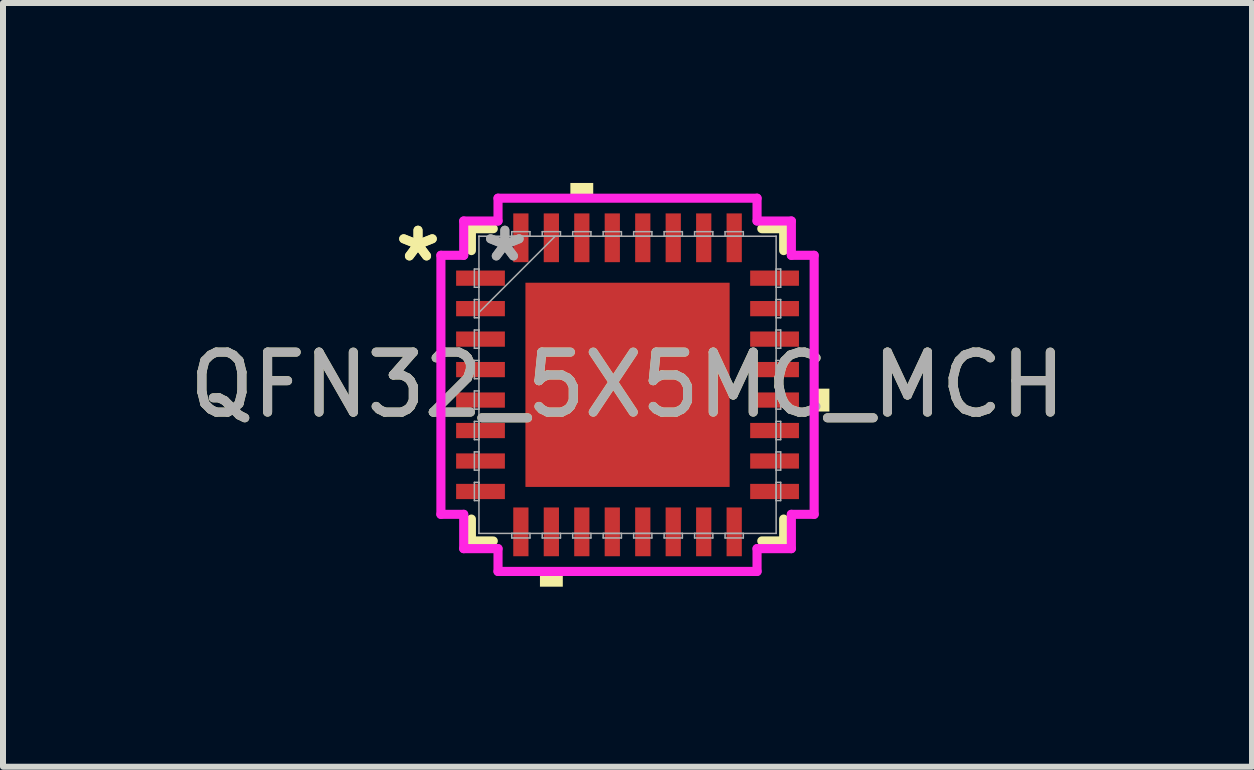
<source format=kicad_pcb>
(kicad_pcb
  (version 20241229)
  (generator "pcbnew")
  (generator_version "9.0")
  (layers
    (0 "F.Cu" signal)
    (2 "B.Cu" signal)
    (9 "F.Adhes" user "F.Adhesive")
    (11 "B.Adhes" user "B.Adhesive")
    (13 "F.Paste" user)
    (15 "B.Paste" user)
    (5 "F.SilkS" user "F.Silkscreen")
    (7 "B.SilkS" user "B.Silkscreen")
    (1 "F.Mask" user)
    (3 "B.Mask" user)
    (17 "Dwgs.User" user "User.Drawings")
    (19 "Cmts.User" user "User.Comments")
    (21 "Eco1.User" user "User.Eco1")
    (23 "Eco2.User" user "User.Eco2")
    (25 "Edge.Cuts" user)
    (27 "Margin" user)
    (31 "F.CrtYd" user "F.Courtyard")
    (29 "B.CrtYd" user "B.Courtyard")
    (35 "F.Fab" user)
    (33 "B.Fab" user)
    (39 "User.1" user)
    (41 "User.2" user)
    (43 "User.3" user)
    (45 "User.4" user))
  (footprint "QFN32_5X5MC_MCH"
    (layer "F.Cu")
    (at 7.411 3.365)
    (property "Reference" "QFN32_5X5MC_MCH" (at 0 0 0) (unlocked yes) (layer "F.SilkS") (effects (font (size 1 1) (thickness 0.15))))
    (attr smd)
    (fp_poly (pts (xy -1.765 -1.765) (xy -1.381 -1.765) (xy -1.381 1.765) (xy -1.765 1.765)) (stroke (width 0) (type solid)) (fill yes) (layer "F.Mask"))
    (fp_poly (pts (xy -1.765 -1.765) (xy 1.765 -1.765) (xy 1.765 -1.381) (xy -1.765 -1.381)) (stroke (width 0) (type solid)) (fill yes) (layer "F.Mask"))
    (fp_poly (pts (xy -1.765 -0.981) (xy 1.765 -0.981) (xy 1.765 -0.594) (xy -1.765 -0.594)) (stroke (width 0) (type solid)) (fill yes) (layer "F.Mask"))
    (fp_poly (pts (xy -1.765 -0.194) (xy 1.765 -0.194) (xy 1.765 0.194) (xy -1.765 0.194)) (stroke (width 0) (type solid)) (fill yes) (layer "F.Mask"))
    (fp_poly (pts (xy -1.765 0.594) (xy 1.765 0.594) (xy 1.765 0.981) (xy -1.765 0.981)) (stroke (width 0) (type solid)) (fill yes) (layer "F.Mask"))
    (fp_poly (pts (xy -1.765 1.381) (xy 1.765 1.381) (xy 1.765 1.765) (xy -1.765 1.765)) (stroke (width 0) (type solid)) (fill yes) (layer "F.Mask"))
    (fp_poly (pts (xy -0.594 -1.765) (xy -0.981 -1.765) (xy -0.981 1.765) (xy -0.594 1.765)) (stroke (width 0) (type solid)) (fill yes) (layer "F.Mask"))
    (fp_poly (pts (xy 0.194 -1.765) (xy -0.194 -1.765) (xy -0.194 1.765) (xy 0.194 1.765)) (stroke (width 0) (type solid)) (fill yes) (layer "F.Mask"))
    (fp_poly (pts (xy 0.981 -1.765) (xy 0.594 -1.765) (xy 0.594 1.765) (xy 0.981 1.765)) (stroke (width 0) (type solid)) (fill yes) (layer "F.Mask"))
    (fp_poly (pts (xy 1.381 -1.765) (xy 1.765 -1.765) (xy 1.765 1.765) (xy 1.381 1.765)) (stroke (width 0) (type solid)) (fill yes) (layer "F.Mask"))
    (fp_line (start -2.603 -2.603) (end -2.603 -2.238) (stroke (width 0.152) (type solid)) (layer "F.SilkS"))
    (fp_line (start -2.603 2.238) (end -2.603 2.603) (stroke (width 0.152) (type solid)) (layer "F.SilkS"))
    (fp_line (start -2.603 2.603) (end -2.238 2.603) (stroke (width 0.152) (type solid)) (layer "F.SilkS"))
    (fp_line (start -2.238 -2.603) (end -2.603 -2.603) (stroke (width 0.152) (type solid)) (layer "F.SilkS"))
    (fp_line (start 2.238 2.603) (end 2.603 2.603) (stroke (width 0.152) (type solid)) (layer "F.SilkS"))
    (fp_line (start 2.603 -2.603) (end 2.238 -2.603) (stroke (width 0.152) (type solid)) (layer "F.SilkS"))
    (fp_line (start 2.603 -2.238) (end 2.603 -2.603) (stroke (width 0.152) (type solid)) (layer "F.SilkS"))
    (fp_line (start 2.603 2.603) (end 2.603 2.238) (stroke (width 0.152) (type solid)) (layer "F.SilkS"))
    (fp_poly (pts (xy -1.46 3.111) (xy -1.46 3.365) (xy -1.079 3.365) (xy -1.079 3.111)) (stroke (width 0) (type solid)) (fill yes) (layer "F.SilkS"))
    (fp_poly (pts (xy -0.953 -3.111) (xy -0.953 -3.365) (xy -0.572 -3.365) (xy -0.572 -3.111)) (stroke (width 0) (type solid)) (fill yes) (layer "F.SilkS"))
    (fp_poly (pts (xy 3.365 0.064) (xy 3.365 0.445) (xy 3.111 0.445) (xy 3.111 0.064)) (stroke (width 0) (type solid)) (fill yes) (layer "F.SilkS"))
    (fp_poly (pts (xy -1.627 -1.627) (xy -1.627 -1.281) (xy -1.423 -1.281) (xy -1.281 -1.423) (xy -1.281 -1.627)) (stroke (width 0) (type solid)) (fill yes) (layer "F.Paste"))
    (fp_poly (pts (xy -1.627 1.281) (xy -1.627 1.627) (xy -1.281 1.627) (xy -1.281 1.423) (xy -1.423 1.281)) (stroke (width 0) (type solid)) (fill yes) (layer "F.Paste"))
    (fp_poly (pts (xy 1.281 -1.627) (xy 1.281 -1.423) (xy 1.423 -1.281) (xy 1.627 -1.281) (xy 1.627 -1.627)) (stroke (width 0) (type solid)) (fill yes) (layer "F.Paste"))
    (fp_poly (pts (xy 1.423 1.281) (xy 1.281 1.423) (xy 1.281 1.627) (xy 1.627 1.627) (xy 1.627 1.281)) (stroke (width 0) (type solid)) (fill yes) (layer "F.Paste"))
    (fp_poly (pts (xy -1.627 -1.081) (xy -1.627 -0.494) (xy -1.423 -0.494) (xy -1.281 -0.635) (xy -1.281 -0.94) (xy -1.423 -1.081)) (stroke (width 0) (type solid)) (fill yes) (layer "F.Paste"))
    (fp_poly (pts (xy -1.627 -0.294) (xy -1.627 0.294) (xy -1.423 0.294) (xy -1.281 0.152) (xy -1.281 -0.152) (xy -1.423 -0.294)) (stroke (width 0) (type solid)) (fill yes) (layer "F.Paste"))
    (fp_poly (pts (xy -1.627 0.494) (xy -1.627 1.081) (xy -1.423 1.081) (xy -1.281 0.94) (xy -1.281 0.635) (xy -1.423 0.494)) (stroke (width 0) (type solid)) (fill yes) (layer "F.Paste"))
    (fp_poly (pts (xy -1.081 -1.627) (xy -1.081 -1.423) (xy -0.94 -1.281) (xy -0.635 -1.281) (xy -0.494 -1.423) (xy -0.494 -1.627)) (stroke (width 0) (type solid)) (fill yes) (layer "F.Paste"))
    (fp_poly (pts (xy -0.94 1.281) (xy -1.081 1.423) (xy -1.081 1.627) (xy -0.494 1.627) (xy -0.494 1.423) (xy -0.635 1.281)) (stroke (width 0) (type solid)) (fill yes) (layer "F.Paste"))
    (fp_poly (pts (xy -0.294 -1.627) (xy -0.294 -1.423) (xy -0.152 -1.281) (xy 0.152 -1.281) (xy 0.294 -1.423) (xy 0.294 -1.627)) (stroke (width 0) (type solid)) (fill yes) (layer "F.Paste"))
    (fp_poly (pts (xy -0.152 1.281) (xy -0.294 1.423) (xy -0.294 1.627) (xy 0.294 1.627) (xy 0.294 1.423) (xy 0.152 1.281)) (stroke (width 0) (type solid)) (fill yes) (layer "F.Paste"))
    (fp_poly (pts (xy 0.494 -1.627) (xy 0.494 -1.423) (xy 0.635 -1.281) (xy 0.94 -1.281) (xy 1.081 -1.423) (xy 1.081 -1.627)) (stroke (width 0) (type solid)) (fill yes) (layer "F.Paste"))
    (fp_poly (pts (xy 0.635 1.281) (xy 0.494 1.423) (xy 0.494 1.627) (xy 1.081 1.627) (xy 1.081 1.423) (xy 0.94 1.281)) (stroke (width 0) (type solid)) (fill yes) (layer "F.Paste"))
    (fp_poly (pts (xy 1.423 -1.081) (xy 1.281 -0.94) (xy 1.281 -0.635) (xy 1.423 -0.494) (xy 1.627 -0.494) (xy 1.627 -1.081)) (stroke (width 0) (type solid)) (fill yes) (layer "F.Paste"))
    (fp_poly (pts (xy 1.423 -0.294) (xy 1.281 -0.152) (xy 1.281 0.152) (xy 1.423 0.294) (xy 1.627 0.294) (xy 1.627 -0.294)) (stroke (width 0) (type solid)) (fill yes) (layer "F.Paste"))
    (fp_poly (pts (xy 1.423 0.494) (xy 1.281 0.635) (xy 1.281 0.94) (xy 1.423 1.081) (xy 1.627 1.081) (xy 1.627 0.494)) (stroke (width 0) (type solid)) (fill yes) (layer "F.Paste"))
    (fp_poly (pts (xy -0.94 -1.081) (xy -1.081 -0.94) (xy -1.081 -0.635) (xy -0.94 -0.494) (xy -0.635 -0.494) (xy -0.494 -0.635) (xy -0.494 -0.94) (xy -0.635 -1.081)) (stroke (width 0) (type solid)) (fill yes) (layer "F.Paste"))
    (fp_poly (pts (xy -0.94 -0.294) (xy -1.081 -0.152) (xy -1.081 0.152) (xy -0.94 0.294) (xy -0.635 0.294) (xy -0.494 0.152) (xy -0.494 -0.152) (xy -0.635 -0.294)) (stroke (width 0) (type solid)) (fill yes) (layer "F.Paste"))
    (fp_poly (pts (xy -0.94 0.494) (xy -1.081 0.635) (xy -1.081 0.94) (xy -0.94 1.081) (xy -0.635 1.081) (xy -0.494 0.94) (xy -0.494 0.635) (xy -0.635 0.494)) (stroke (width 0) (type solid)) (fill yes) (layer "F.Paste"))
    (fp_poly (pts (xy -0.152 -1.081) (xy -0.294 -0.94) (xy -0.294 -0.635) (xy -0.152 -0.494) (xy 0.152 -0.494) (xy 0.294 -0.635) (xy 0.294 -0.94) (xy 0.152 -1.081)) (stroke (width 0) (type solid)) (fill yes) (layer "F.Paste"))
    (fp_poly (pts (xy -0.152 -0.294) (xy -0.294 -0.152) (xy -0.294 0.152) (xy -0.152 0.294) (xy 0.152 0.294) (xy 0.294 0.152) (xy 0.294 -0.152) (xy 0.152 -0.294)) (stroke (width 0) (type solid)) (fill yes) (layer "F.Paste"))
    (fp_poly (pts (xy -0.152 0.494) (xy -0.294 0.635) (xy -0.294 0.94) (xy -0.152 1.081) (xy 0.152 1.081) (xy 0.294 0.94) (xy 0.294 0.635) (xy 0.152 0.494)) (stroke (width 0) (type solid)) (fill yes) (layer "F.Paste"))
    (fp_poly (pts (xy 0.635 -1.081) (xy 0.494 -0.94) (xy 0.494 -0.635) (xy 0.635 -0.494) (xy 0.94 -0.494) (xy 1.081 -0.635) (xy 1.081 -0.94) (xy 0.94 -1.081)) (stroke (width 0) (type solid)) (fill yes) (layer "F.Paste"))
    (fp_poly (pts (xy 0.635 -0.294) (xy 0.494 -0.152) (xy 0.494 0.152) (xy 0.635 0.294) (xy 0.94 0.294) (xy 1.081 0.152) (xy 1.081 -0.152) (xy 0.94 -0.294)) (stroke (width 0) (type solid)) (fill yes) (layer "F.Paste"))
    (fp_poly (pts (xy 0.635 0.494) (xy 0.494 0.635) (xy 0.494 0.94) (xy 0.635 1.081) (xy 0.94 1.081) (xy 1.081 0.94) (xy 1.081 0.635) (xy 0.94 0.494)) (stroke (width 0) (type solid)) (fill yes) (layer "F.Paste"))
    (fp_circle (center -1.181 -1.181) (end -0.8 -1.181) (stroke (width 0.254) (type solid)) (fill no) (layer "Eco1.User"))
    (fp_circle (center -1.181 -0.394) (end -0.8 -0.394) (stroke (width 0.254) (type solid)) (fill no) (layer "Eco1.User"))
    (fp_circle (center -1.181 0.394) (end -0.8 0.394) (stroke (width 0.254) (type solid)) (fill no) (layer "Eco1.User"))
    (fp_circle (center -1.181 1.181) (end -0.8 1.181) (stroke (width 0.254) (type solid)) (fill no) (layer "Eco1.User"))
    (fp_circle (center -0.394 -1.181) (end -0.013 -1.181) (stroke (width 0.254) (type solid)) (fill no) (layer "Eco1.User"))
    (fp_circle (center -0.394 -0.394) (end -0.013 -0.394) (stroke (width 0.254) (type solid)) (fill no) (layer "Eco1.User"))
    (fp_circle (center -0.394 0.394) (end -0.013 0.394) (stroke (width 0.254) (type solid)) (fill no) (layer "Eco1.User"))
    (fp_circle (center -0.394 1.181) (end -0.013 1.181) (stroke (width 0.254) (type solid)) (fill no) (layer "Eco1.User"))
    (fp_circle (center 0.394 -1.181) (end 0.775 -1.181) (stroke (width 0.254) (type solid)) (fill no) (layer "Eco1.User"))
    (fp_circle (center 0.394 -0.394) (end 0.775 -0.394) (stroke (width 0.254) (type solid)) (fill no) (layer "Eco1.User"))
    (fp_circle (center 0.394 0.394) (end 0.775 0.394) (stroke (width 0.254) (type solid)) (fill no) (layer "Eco1.User"))
    (fp_circle (center 0.394 1.181) (end 0.775 1.181) (stroke (width 0.254) (type solid)) (fill no) (layer "Eco1.User"))
    (fp_circle (center 1.181 -1.181) (end 1.562 -1.181) (stroke (width 0.254) (type solid)) (fill no) (layer "Eco1.User"))
    (fp_circle (center 1.181 -0.394) (end 1.562 -0.394) (stroke (width 0.254) (type solid)) (fill no) (layer "Eco1.User"))
    (fp_circle (center 1.181 0.394) (end 1.562 0.394) (stroke (width 0.254) (type solid)) (fill no) (layer "Eco1.User"))
    (fp_circle (center 1.181 1.181) (end 1.562 1.181) (stroke (width 0.254) (type solid)) (fill no) (layer "Eco1.User"))
    (fp_line (start -3.111 -2.159) (end -2.731 -2.159) (stroke (width 0.152) (type solid)) (layer "F.CrtYd"))
    (fp_line (start -3.111 2.159) (end -3.111 -2.159) (stroke (width 0.152) (type solid)) (layer "F.CrtYd"))
    (fp_line (start -2.731 -2.731) (end -2.159 -2.731) (stroke (width 0.152) (type solid)) (layer "F.CrtYd"))
    (fp_line (start -2.731 -2.159) (end -2.731 -2.731) (stroke (width 0.152) (type solid)) (layer "F.CrtYd"))
    (fp_line (start -2.731 2.159) (end -3.111 2.159) (stroke (width 0.152) (type solid)) (layer "F.CrtYd"))
    (fp_line (start -2.731 2.731) (end -2.731 2.159) (stroke (width 0.152) (type solid)) (layer "F.CrtYd"))
    (fp_line (start -2.159 -3.111) (end 2.159 -3.111) (stroke (width 0.152) (type solid)) (layer "F.CrtYd"))
    (fp_line (start -2.159 -2.731) (end -2.159 -3.111) (stroke (width 0.152) (type solid)) (layer "F.CrtYd"))
    (fp_line (start -2.159 2.731) (end -2.731 2.731) (stroke (width 0.152) (type solid)) (layer "F.CrtYd"))
    (fp_line (start -2.159 3.111) (end -2.159 2.731) (stroke (width 0.152) (type solid)) (layer "F.CrtYd"))
    (fp_line (start 2.159 -3.111) (end 2.159 -2.731) (stroke (width 0.152) (type solid)) (layer "F.CrtYd"))
    (fp_line (start 2.159 -2.731) (end 2.731 -2.731) (stroke (width 0.152) (type solid)) (layer "F.CrtYd"))
    (fp_line (start 2.159 2.731) (end 2.159 3.111) (stroke (width 0.152) (type solid)) (layer "F.CrtYd"))
    (fp_line (start 2.159 3.111) (end -2.159 3.111) (stroke (width 0.152) (type solid)) (layer "F.CrtYd"))
    (fp_line (start 2.731 -2.731) (end 2.731 -2.159) (stroke (width 0.152) (type solid)) (layer "F.CrtYd"))
    (fp_line (start 2.731 -2.159) (end 3.111 -2.159) (stroke (width 0.152) (type solid)) (layer "F.CrtYd"))
    (fp_line (start 2.731 2.159) (end 2.731 2.731) (stroke (width 0.152) (type solid)) (layer "F.CrtYd"))
    (fp_line (start 2.731 2.731) (end 2.159 2.731) (stroke (width 0.152) (type solid)) (layer "F.CrtYd"))
    (fp_line (start 3.111 -2.159) (end 3.111 2.159) (stroke (width 0.152) (type solid)) (layer "F.CrtYd"))
    (fp_line (start 3.111 2.159) (end 2.731 2.159) (stroke (width 0.152) (type solid)) (layer "F.CrtYd"))
    (fp_line (start -2.553 -1.93) (end -2.553 -1.626) (stroke (width 0.025) (type solid)) (layer "F.Fab"))
    (fp_line (start -2.553 -1.626) (end -2.477 -1.626) (stroke (width 0.025) (type solid)) (layer "F.Fab"))
    (fp_line (start -2.553 -1.422) (end -2.553 -1.118) (stroke (width 0.025) (type solid)) (layer "F.Fab"))
    (fp_line (start -2.553 -1.118) (end -2.477 -1.118) (stroke (width 0.025) (type solid)) (layer "F.Fab"))
    (fp_line (start -2.553 -0.914) (end -2.553 -0.61) (stroke (width 0.025) (type solid)) (layer "F.Fab"))
    (fp_line (start -2.553 -0.61) (end -2.477 -0.61) (stroke (width 0.025) (type solid)) (layer "F.Fab"))
    (fp_line (start -2.553 -0.406) (end -2.553 -0.102) (stroke (width 0.025) (type solid)) (layer "F.Fab"))
    (fp_line (start -2.553 -0.102) (end -2.477 -0.102) (stroke (width 0.025) (type solid)) (layer "F.Fab"))
    (fp_line (start -2.553 0.102) (end -2.553 0.406) (stroke (width 0.025) (type solid)) (layer "F.Fab"))
    (fp_line (start -2.553 0.406) (end -2.477 0.406) (stroke (width 0.025) (type solid)) (layer "F.Fab"))
    (fp_line (start -2.553 0.61) (end -2.553 0.914) (stroke (width 0.025) (type solid)) (layer "F.Fab"))
    (fp_line (start -2.553 0.914) (end -2.477 0.914) (stroke (width 0.025) (type solid)) (layer "F.Fab"))
    (fp_line (start -2.553 1.118) (end -2.553 1.422) (stroke (width 0.025) (type solid)) (layer "F.Fab"))
    (fp_line (start -2.553 1.422) (end -2.477 1.422) (stroke (width 0.025) (type solid)) (layer "F.Fab"))
    (fp_line (start -2.553 1.626) (end -2.553 1.93) (stroke (width 0.025) (type solid)) (layer "F.Fab"))
    (fp_line (start -2.553 1.93) (end -2.477 1.93) (stroke (width 0.025) (type solid)) (layer "F.Fab"))
    (fp_line (start -2.477 -2.477) (end -2.477 -2.477) (stroke (width 0.025) (type solid)) (layer "F.Fab"))
    (fp_line (start -2.477 -2.477) (end -2.477 2.477) (stroke (width 0.025) (type solid)) (layer "F.Fab"))
    (fp_line (start -2.477 -1.93) (end -2.553 -1.93) (stroke (width 0.025) (type solid)) (layer "F.Fab"))
    (fp_line (start -2.477 -1.626) (end -2.477 -1.93) (stroke (width 0.025) (type solid)) (layer "F.Fab"))
    (fp_line (start -2.477 -1.422) (end -2.553 -1.422) (stroke (width 0.025) (type solid)) (layer "F.Fab"))
    (fp_line (start -2.477 -1.206) (end -1.206 -2.477) (stroke (width 0.025) (type solid)) (layer "F.Fab"))
    (fp_line (start -2.477 -1.118) (end -2.477 -1.422) (stroke (width 0.025) (type solid)) (layer "F.Fab"))
    (fp_line (start -2.477 -0.914) (end -2.553 -0.914) (stroke (width 0.025) (type solid)) (layer "F.Fab"))
    (fp_line (start -2.477 -0.61) (end -2.477 -0.914) (stroke (width 0.025) (type solid)) (layer "F.Fab"))
    (fp_line (start -2.477 -0.406) (end -2.553 -0.406) (stroke (width 0.025) (type solid)) (layer "F.Fab"))
    (fp_line (start -2.477 -0.102) (end -2.477 -0.406) (stroke (width 0.025) (type solid)) (layer "F.Fab"))
    (fp_line (start -2.477 0.102) (end -2.553 0.102) (stroke (width 0.025) (type solid)) (layer "F.Fab"))
    (fp_line (start -2.477 0.406) (end -2.477 0.102) (stroke (width 0.025) (type solid)) (layer "F.Fab"))
    (fp_line (start -2.477 0.61) (end -2.553 0.61) (stroke (width 0.025) (type solid)) (layer "F.Fab"))
    (fp_line (start -2.477 0.914) (end -2.477 0.61) (stroke (width 0.025) (type solid)) (layer "F.Fab"))
    (fp_line (start -2.477 1.118) (end -2.553 1.118) (stroke (width 0.025) (type solid)) (layer "F.Fab"))
    (fp_line (start -2.477 1.422) (end -2.477 1.118) (stroke (width 0.025) (type solid)) (layer "F.Fab"))
    (fp_line (start -2.477 1.626) (end -2.553 1.626) (stroke (width 0.025) (type solid)) (layer "F.Fab"))
    (fp_line (start -2.477 1.93) (end -2.477 1.626) (stroke (width 0.025) (type solid)) (layer "F.Fab"))
    (fp_line (start -2.477 2.477) (end -2.477 2.477) (stroke (width 0.025) (type solid)) (layer "F.Fab"))
    (fp_line (start -2.477 2.477) (end 2.477 2.477) (stroke (width 0.025) (type solid)) (layer "F.Fab"))
    (fp_line (start -1.93 -2.553) (end -1.93 -2.477) (stroke (width 0.025) (type solid)) (layer "F.Fab"))
    (fp_line (start -1.93 -2.477) (end -1.626 -2.477) (stroke (width 0.025) (type solid)) (layer "F.Fab"))
    (fp_line (start -1.93 2.477) (end -1.93 2.553) (stroke (width 0.025) (type solid)) (layer "F.Fab"))
    (fp_line (start -1.93 2.553) (end -1.626 2.553) (stroke (width 0.025) (type solid)) (layer "F.Fab"))
    (fp_line (start -1.626 -2.553) (end -1.93 -2.553) (stroke (width 0.025) (type solid)) (layer "F.Fab"))
    (fp_line (start -1.626 -2.477) (end -1.626 -2.553) (stroke (width 0.025) (type solid)) (layer "F.Fab"))
    (fp_line (start -1.626 2.477) (end -1.93 2.477) (stroke (width 0.025) (type solid)) (layer "F.Fab"))
    (fp_line (start -1.626 2.553) (end -1.626 2.477) (stroke (width 0.025) (type solid)) (layer "F.Fab"))
    (fp_line (start -1.422 -2.553) (end -1.422 -2.477) (stroke (width 0.025) (type solid)) (layer "F.Fab"))
    (fp_line (start -1.422 -2.477) (end -1.118 -2.477) (stroke (width 0.025) (type solid)) (layer "F.Fab"))
    (fp_line (start -1.422 2.477) (end -1.422 2.553) (stroke (width 0.025) (type solid)) (layer "F.Fab"))
    (fp_line (start -1.422 2.553) (end -1.118 2.553) (stroke (width 0.025) (type solid)) (layer "F.Fab"))
    (fp_line (start -1.118 -2.553) (end -1.422 -2.553) (stroke (width 0.025) (type solid)) (layer "F.Fab"))
    (fp_line (start -1.118 -2.477) (end -1.118 -2.553) (stroke (width 0.025) (type solid)) (layer "F.Fab"))
    (fp_line (start -1.118 2.477) (end -1.422 2.477) (stroke (width 0.025) (type solid)) (layer "F.Fab"))
    (fp_line (start -1.118 2.553) (end -1.118 2.477) (stroke (width 0.025) (type solid)) (layer "F.Fab"))
    (fp_line (start -0.914 -2.553) (end -0.914 -2.477) (stroke (width 0.025) (type solid)) (layer "F.Fab"))
    (fp_line (start -0.914 -2.477) (end -0.61 -2.477) (stroke (width 0.025) (type solid)) (layer "F.Fab"))
    (fp_line (start -0.914 2.477) (end -0.914 2.553) (stroke (width 0.025) (type solid)) (layer "F.Fab"))
    (fp_line (start -0.914 2.553) (end -0.61 2.553) (stroke (width 0.025) (type solid)) (layer "F.Fab"))
    (fp_line (start -0.61 -2.553) (end -0.914 -2.553) (stroke (width 0.025) (type solid)) (layer "F.Fab"))
    (fp_line (start -0.61 -2.477) (end -0.61 -2.553) (stroke (width 0.025) (type solid)) (layer "F.Fab"))
    (fp_line (start -0.61 2.477) (end -0.914 2.477) (stroke (width 0.025) (type solid)) (layer "F.Fab"))
    (fp_line (start -0.61 2.553) (end -0.61 2.477) (stroke (width 0.025) (type solid)) (layer "F.Fab"))
    (fp_line (start -0.406 -2.553) (end -0.406 -2.477) (stroke (width 0.025) (type solid)) (layer "F.Fab"))
    (fp_line (start -0.406 -2.477) (end -0.102 -2.477) (stroke (width 0.025) (type solid)) (layer "F.Fab"))
    (fp_line (start -0.406 2.477) (end -0.406 2.553) (stroke (width 0.025) (type solid)) (layer "F.Fab"))
    (fp_line (start -0.406 2.553) (end -0.102 2.553) (stroke (width 0.025) (type solid)) (layer "F.Fab"))
    (fp_line (start -0.102 -2.553) (end -0.406 -2.553) (stroke (width 0.025) (type solid)) (layer "F.Fab"))
    (fp_line (start -0.102 -2.477) (end -0.102 -2.553) (stroke (width 0.025) (type solid)) (layer "F.Fab"))
    (fp_line (start -0.102 2.477) (end -0.406 2.477) (stroke (width 0.025) (type solid)) (layer "F.Fab"))
    (fp_line (start -0.102 2.553) (end -0.102 2.477) (stroke (width 0.025) (type solid)) (layer "F.Fab"))
    (fp_line (start 0.102 -2.553) (end 0.102 -2.477) (stroke (width 0.025) (type solid)) (layer "F.Fab"))
    (fp_line (start 0.102 -2.477) (end 0.406 -2.477) (stroke (width 0.025) (type solid)) (layer "F.Fab"))
    (fp_line (start 0.102 2.477) (end 0.102 2.553) (stroke (width 0.025) (type solid)) (layer "F.Fab"))
    (fp_line (start 0.102 2.553) (end 0.406 2.553) (stroke (width 0.025) (type solid)) (layer "F.Fab"))
    (fp_line (start 0.406 -2.553) (end 0.102 -2.553) (stroke (width 0.025) (type solid)) (layer "F.Fab"))
    (fp_line (start 0.406 -2.477) (end 0.406 -2.553) (stroke (width 0.025) (type solid)) (layer "F.Fab"))
    (fp_line (start 0.406 2.477) (end 0.102 2.477) (stroke (width 0.025) (type solid)) (layer "F.Fab"))
    (fp_line (start 0.406 2.553) (end 0.406 2.477) (stroke (width 0.025) (type solid)) (layer "F.Fab"))
    (fp_line (start 0.61 -2.553) (end 0.61 -2.477) (stroke (width 0.025) (type solid)) (layer "F.Fab"))
    (fp_line (start 0.61 -2.477) (end 0.914 -2.477) (stroke (width 0.025) (type solid)) (layer "F.Fab"))
    (fp_line (start 0.61 2.477) (end 0.61 2.553) (stroke (width 0.025) (type solid)) (layer "F.Fab"))
    (fp_line (start 0.61 2.553) (end 0.914 2.553) (stroke (width 0.025) (type solid)) (layer "F.Fab"))
    (fp_line (start 0.914 -2.553) (end 0.61 -2.553) (stroke (width 0.025) (type solid)) (layer "F.Fab"))
    (fp_line (start 0.914 -2.477) (end 0.914 -2.553) (stroke (width 0.025) (type solid)) (layer "F.Fab"))
    (fp_line (start 0.914 2.477) (end 0.61 2.477) (stroke (width 0.025) (type solid)) (layer "F.Fab"))
    (fp_line (start 0.914 2.553) (end 0.914 2.477) (stroke (width 0.025) (type solid)) (layer "F.Fab"))
    (fp_line (start 1.118 -2.553) (end 1.118 -2.477) (stroke (width 0.025) (type solid)) (layer "F.Fab"))
    (fp_line (start 1.118 -2.477) (end 1.422 -2.477) (stroke (width 0.025) (type solid)) (layer "F.Fab"))
    (fp_line (start 1.118 2.477) (end 1.118 2.553) (stroke (width 0.025) (type solid)) (layer "F.Fab"))
    (fp_line (start 1.118 2.553) (end 1.422 2.553) (stroke (width 0.025) (type solid)) (layer "F.Fab"))
    (fp_line (start 1.422 -2.553) (end 1.118 -2.553) (stroke (width 0.025) (type solid)) (layer "F.Fab"))
    (fp_line (start 1.422 -2.477) (end 1.422 -2.553) (stroke (width 0.025) (type solid)) (layer "F.Fab"))
    (fp_line (start 1.422 2.477) (end 1.118 2.477) (stroke (width 0.025) (type solid)) (layer "F.Fab"))
    (fp_line (start 1.422 2.553) (end 1.422 2.477) (stroke (width 0.025) (type solid)) (layer "F.Fab"))
    (fp_line (start 1.626 -2.553) (end 1.626 -2.477) (stroke (width 0.025) (type solid)) (layer "F.Fab"))
    (fp_line (start 1.626 -2.477) (end 1.93 -2.477) (stroke (width 0.025) (type solid)) (layer "F.Fab"))
    (fp_line (start 1.626 2.477) (end 1.626 2.553) (stroke (width 0.025) (type solid)) (layer "F.Fab"))
    (fp_line (start 1.626 2.553) (end 1.93 2.553) (stroke (width 0.025) (type solid)) (layer "F.Fab"))
    (fp_line (start 1.93 -2.553) (end 1.626 -2.553) (stroke (width 0.025) (type solid)) (layer "F.Fab"))
    (fp_line (start 1.93 -2.477) (end 1.93 -2.553) (stroke (width 0.025) (type solid)) (layer "F.Fab"))
    (fp_line (start 1.93 2.477) (end 1.626 2.477) (stroke (width 0.025) (type solid)) (layer "F.Fab"))
    (fp_line (start 1.93 2.553) (end 1.93 2.477) (stroke (width 0.025) (type solid)) (layer "F.Fab"))
    (fp_line (start 2.477 -2.477) (end -2.477 -2.477) (stroke (width 0.025) (type solid)) (layer "F.Fab"))
    (fp_line (start 2.477 -2.477) (end 2.477 -2.477) (stroke (width 0.025) (type solid)) (layer "F.Fab"))
    (fp_line (start 2.477 -1.93) (end 2.477 -1.626) (stroke (width 0.025) (type solid)) (layer "F.Fab"))
    (fp_line (start 2.477 -1.626) (end 2.553 -1.626) (stroke (width 0.025) (type solid)) (layer "F.Fab"))
    (fp_line (start 2.477 -1.422) (end 2.477 -1.118) (stroke (width 0.025) (type solid)) (layer "F.Fab"))
    (fp_line (start 2.477 -1.118) (end 2.553 -1.118) (stroke (width 0.025) (type solid)) (layer "F.Fab"))
    (fp_line (start 2.477 -0.914) (end 2.477 -0.61) (stroke (width 0.025) (type solid)) (layer "F.Fab"))
    (fp_line (start 2.477 -0.61) (end 2.553 -0.61) (stroke (width 0.025) (type solid)) (layer "F.Fab"))
    (fp_line (start 2.477 -0.406) (end 2.477 -0.102) (stroke (width 0.025) (type solid)) (layer "F.Fab"))
    (fp_line (start 2.477 -0.102) (end 2.553 -0.102) (stroke (width 0.025) (type solid)) (layer "F.Fab"))
    (fp_line (start 2.477 0.102) (end 2.477 0.406) (stroke (width 0.025) (type solid)) (layer "F.Fab"))
    (fp_line (start 2.477 0.406) (end 2.553 0.406) (stroke (width 0.025) (type solid)) (layer "F.Fab"))
    (fp_line (start 2.477 0.61) (end 2.477 0.914) (stroke (width 0.025) (type solid)) (layer "F.Fab"))
    (fp_line (start 2.477 0.914) (end 2.553 0.914) (stroke (width 0.025) (type solid)) (layer "F.Fab"))
    (fp_line (start 2.477 1.118) (end 2.477 1.422) (stroke (width 0.025) (type solid)) (layer "F.Fab"))
    (fp_line (start 2.477 1.422) (end 2.553 1.422) (stroke (width 0.025) (type solid)) (layer "F.Fab"))
    (fp_line (start 2.477 1.626) (end 2.477 1.93) (stroke (width 0.025) (type solid)) (layer "F.Fab"))
    (fp_line (start 2.477 1.93) (end 2.553 1.93) (stroke (width 0.025) (type solid)) (layer "F.Fab"))
    (fp_line (start 2.477 2.477) (end 2.477 -2.477) (stroke (width 0.025) (type solid)) (layer "F.Fab"))
    (fp_line (start 2.477 2.477) (end 2.477 2.477) (stroke (width 0.025) (type solid)) (layer "F.Fab"))
    (fp_line (start 2.553 -1.93) (end 2.477 -1.93) (stroke (width 0.025) (type solid)) (layer "F.Fab"))
    (fp_line (start 2.553 -1.626) (end 2.553 -1.93) (stroke (width 0.025) (type solid)) (layer "F.Fab"))
    (fp_line (start 2.553 -1.422) (end 2.477 -1.422) (stroke (width 0.025) (type solid)) (layer "F.Fab"))
    (fp_line (start 2.553 -1.118) (end 2.553 -1.422) (stroke (width 0.025) (type solid)) (layer "F.Fab"))
    (fp_line (start 2.553 -0.914) (end 2.477 -0.914) (stroke (width 0.025) (type solid)) (layer "F.Fab"))
    (fp_line (start 2.553 -0.61) (end 2.553 -0.914) (stroke (width 0.025) (type solid)) (layer "F.Fab"))
    (fp_line (start 2.553 -0.406) (end 2.477 -0.406) (stroke (width 0.025) (type solid)) (layer "F.Fab"))
    (fp_line (start 2.553 -0.102) (end 2.553 -0.406) (stroke (width 0.025) (type solid)) (layer "F.Fab"))
    (fp_line (start 2.553 0.102) (end 2.477 0.102) (stroke (width 0.025) (type solid)) (layer "F.Fab"))
    (fp_line (start 2.553 0.406) (end 2.553 0.102) (stroke (width 0.025) (type solid)) (layer "F.Fab"))
    (fp_line (start 2.553 0.61) (end 2.477 0.61) (stroke (width 0.025) (type solid)) (layer "F.Fab"))
    (fp_line (start 2.553 0.914) (end 2.553 0.61) (stroke (width 0.025) (type solid)) (layer "F.Fab"))
    (fp_line (start 2.553 1.118) (end 2.477 1.118) (stroke (width 0.025) (type solid)) (layer "F.Fab"))
    (fp_line (start 2.553 1.422) (end 2.553 1.118) (stroke (width 0.025) (type solid)) (layer "F.Fab"))
    (fp_line (start 2.553 1.626) (end 2.477 1.626) (stroke (width 0.025) (type solid)) (layer "F.Fab"))
    (fp_line (start 2.553 1.93) (end 2.553 1.626) (stroke (width 0.025) (type solid)) (layer "F.Fab"))
    (fp_text user "*" (at -3.493 -2.032 0) (unlocked yes) (layer "F.SilkS") (effects (font (size 1 1) (thickness 0.15))))
    (fp_text user "*" (at -3.493 -2.032 0) (layer "F.SilkS") (effects (font (size 1 1) (thickness 0.15))))
    (fp_text user "*" (at -2.045 -2.032 0) (unlocked yes) (layer "F.Fab") (effects (font (size 1 1) (thickness 0.15))))
    (fp_text user "*" (at -2.045 -2.032 0) (layer "F.Fab") (effects (font (size 1 1) (thickness 0.15))))
    (fp_text user "${REFERENCE}" (at 0 0 0) (unlocked yes) (layer "F.Fab") (effects (font (size 1 1) (thickness 0.15))))
    (pad "1" smd rect (at -2.451 -1.778 90) (size 0.254 0.813) (layers "F.Cu" "F.Mask" "F.Paste"))
    (pad "2" smd rect (at -2.451 -1.27 90) (size 0.254 0.813) (layers "F.Cu" "F.Mask" "F.Paste"))
    (pad "3" smd rect (at -2.451 -0.762 90) (size 0.254 0.813) (layers "F.Cu" "F.Mask" "F.Paste"))
    (pad "4" smd rect (at -2.451 -0.254 90) (size 0.254 0.813) (layers "F.Cu" "F.Mask" "F.Paste"))
    (pad "5" smd rect (at -2.451 0.254 90) (size 0.254 0.813) (layers "F.Cu" "F.Mask" "F.Paste"))
    (pad "6" smd rect (at -2.451 0.762 90) (size 0.254 0.813) (layers "F.Cu" "F.Mask" "F.Paste"))
    (pad "7" smd rect (at -2.451 1.27 90) (size 0.254 0.813) (layers "F.Cu" "F.Mask" "F.Paste"))
    (pad "8" smd rect (at -2.451 1.778 90) (size 0.254 0.813) (layers "F.Cu" "F.Mask" "F.Paste"))
    (pad "9" smd rect (at -1.778 2.451) (size 0.254 0.813) (layers "F.Cu" "F.Mask" "F.Paste"))
    (pad "10" smd rect (at -1.27 2.451) (size 0.254 0.813) (layers "F.Cu" "F.Mask" "F.Paste"))
    (pad "11" smd rect (at -0.762 2.451) (size 0.254 0.813) (layers "F.Cu" "F.Mask" "F.Paste"))
    (pad "12" smd rect (at -0.254 2.451) (size 0.254 0.813) (layers "F.Cu" "F.Mask" "F.Paste"))
    (pad "13" smd rect (at 0.254 2.451) (size 0.254 0.813) (layers "F.Cu" "F.Mask" "F.Paste"))
    (pad "14" smd rect (at 0.762 2.451) (size 0.254 0.813) (layers "F.Cu" "F.Mask" "F.Paste"))
    (pad "15" smd rect (at 1.27 2.451) (size 0.254 0.813) (layers "F.Cu" "F.Mask" "F.Paste"))
    (pad "16" smd rect (at 1.778 2.451) (size 0.254 0.813) (layers "F.Cu" "F.Mask" "F.Paste"))
    (pad "17" smd rect (at 2.451 1.778 90) (size 0.254 0.813) (layers "F.Cu" "F.Mask" "F.Paste"))
    (pad "18" smd rect (at 2.451 1.27 90) (size 0.254 0.813) (layers "F.Cu" "F.Mask" "F.Paste"))
    (pad "19" smd rect (at 2.451 0.762 90) (size 0.254 0.813) (layers "F.Cu" "F.Mask" "F.Paste"))
    (pad "20" smd rect (at 2.451 0.254 90) (size 0.254 0.813) (layers "F.Cu" "F.Mask" "F.Paste"))
    (pad "21" smd rect (at 2.451 -0.254 90) (size 0.254 0.813) (layers "F.Cu" "F.Mask" "F.Paste"))
    (pad "22" smd rect (at 2.451 -0.762 90) (size 0.254 0.813) (layers "F.Cu" "F.Mask" "F.Paste"))
    (pad "23" smd rect (at 2.451 -1.27 90) (size 0.254 0.813) (layers "F.Cu" "F.Mask" "F.Paste"))
    (pad "24" smd rect (at 2.451 -1.778 90) (size 0.254 0.813) (layers "F.Cu" "F.Mask" "F.Paste"))
    (pad "25" smd rect (at 1.778 -2.451) (size 0.254 0.813) (layers "F.Cu" "F.Mask" "F.Paste"))
    (pad "26" smd rect (at 1.27 -2.451) (size 0.254 0.813) (layers "F.Cu" "F.Mask" "F.Paste"))
    (pad "27" smd rect (at 0.762 -2.451) (size 0.254 0.813) (layers "F.Cu" "F.Mask" "F.Paste"))
    (pad "28" smd rect (at 0.254 -2.451) (size 0.254 0.813) (layers "F.Cu" "F.Mask" "F.Paste"))
    (pad "29" smd rect (at -0.254 -2.451) (size 0.254 0.813) (layers "F.Cu" "F.Mask" "F.Paste"))
    (pad "30" smd rect (at -0.762 -2.451) (size 0.254 0.813) (layers "F.Cu" "F.Mask" "F.Paste"))
    (pad "31" smd rect (at -1.27 -2.451) (size 0.254 0.813) (layers "F.Cu" "F.Mask" "F.Paste"))
    (pad "32" smd rect (at -1.778 -2.451) (size 0.254 0.813) (layers "F.Cu" "F.Mask" "F.Paste"))
    (pad "33" smd rect (at 0 0) (size 3.404 3.404) (layers "F.Cu")))
  (gr_rect
    (start -3 -3)
    (end 17.821 9.731)
    (stroke (width 0.1) (type default))
    (fill no)
    (layer "Edge.Cuts")))
</source>
